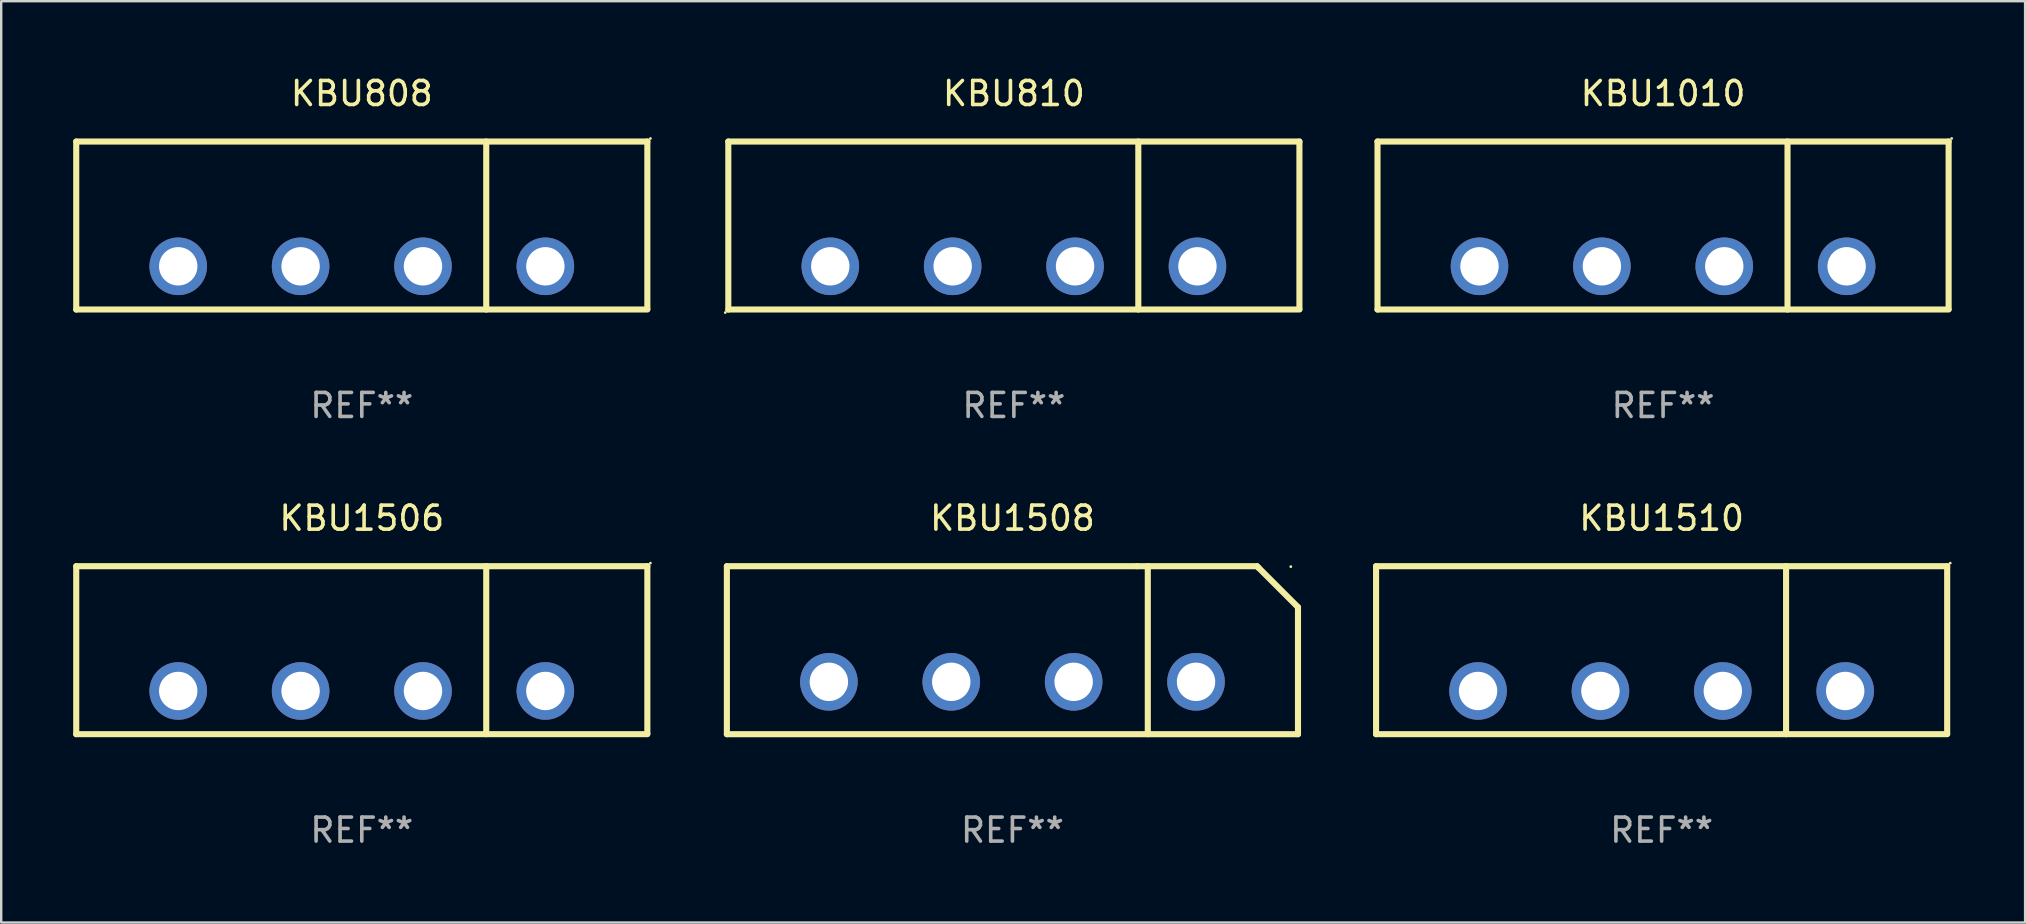
<source format=kicad_pcb>
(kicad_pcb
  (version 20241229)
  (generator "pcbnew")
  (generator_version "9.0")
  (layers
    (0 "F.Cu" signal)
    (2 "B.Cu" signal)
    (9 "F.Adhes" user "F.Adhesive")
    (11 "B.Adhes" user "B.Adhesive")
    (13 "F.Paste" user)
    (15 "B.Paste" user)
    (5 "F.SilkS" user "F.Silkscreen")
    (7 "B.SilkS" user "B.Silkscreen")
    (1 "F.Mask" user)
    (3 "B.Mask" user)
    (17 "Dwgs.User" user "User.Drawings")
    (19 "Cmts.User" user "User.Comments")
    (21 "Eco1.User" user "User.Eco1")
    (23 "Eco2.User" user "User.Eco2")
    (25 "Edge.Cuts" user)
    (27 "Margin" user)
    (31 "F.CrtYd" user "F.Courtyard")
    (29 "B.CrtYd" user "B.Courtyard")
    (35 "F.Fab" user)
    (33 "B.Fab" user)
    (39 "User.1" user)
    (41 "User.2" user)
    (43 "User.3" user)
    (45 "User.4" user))
  (footprint "KBU810"
    (layer "F.Cu")
    (at 39.201 6.348)
    (property "Reference" "KBU810" (at 0 -5.5 0) (layer "F.SilkS") (effects (font (size 1 1) (thickness 0.15))))
    (attr through_hole)
    (fp_line (start -11.9 -3.5) (end -11.9 3.5) (stroke (width 0.254) (type solid)) (layer "F.SilkS"))
    (fp_line (start -11.9 -3.5) (end 11.9 -3.5) (stroke (width 0.254) (type solid)) (layer "F.SilkS"))
    (fp_line (start -11.9 3.5) (end 11.9 3.5) (stroke (width 0.254) (type solid)) (layer "F.SilkS"))
    (fp_line (start 5.186 -3.5) (end 5.186 3.5) (stroke (width 0.254) (type solid)) (layer "F.SilkS"))
    (fp_line (start 11.9 -3.5) (end 11.9 3.478) (stroke (width 0.254) (type solid)) (layer "F.SilkS"))
    (fp_circle (center -12.027 3.627) (end -11.997 3.627) (stroke (width 0.06) (type solid)) (fill no) (layer "F.SilkS"))
    (fp_text user "-" (at -8.509 0.049 0) (layer "B.Mask") (effects (font (size 1 1) (thickness 0.15))))
    (fp_text user "&#126;" (at -3.43 -0.131 0) (layer "B.Mask") (effects (font (size 1 1) (thickness 0.15))))
    (fp_text user "&#126;" (at 1.651 -0.131 0) (layer "B.Mask") (effects (font (size 1 1) (thickness 0.15))))
    (fp_text user "+" (at 6.731 -0.086 0) (layer "B.Mask") (effects (font (size 1 1) (thickness 0.15))))
    (fp_text user "REF**" (at 0 7.5 0) (layer "F.Fab") (effects (font (size 1 1) (thickness 0.15))))
    (pad "1" thru_hole circle (at -7.65 1.7) (size 2.4 2.4) (drill 1.6) (layers "*.Cu" "*.Mask"))
    (pad "2" thru_hole circle (at -2.55 1.7) (size 2.4 2.4) (drill 1.6) (layers "*.Cu" "*.Mask"))
    (pad "3" thru_hole circle (at 2.55 1.7) (size 2.4 2.4) (drill 1.6) (layers "*.Cu" "*.Mask"))
    (pad "4" thru_hole circle (at 7.65 1.7) (size 2.4 2.4) (drill 1.6) (layers "*.Cu" "*.Mask")))
  (footprint "KBU1506"
    (layer "F.Cu")
    (at 12.027 24.045)
    (property "Reference" "KBU1506" (at 0 -5.5 0) (layer "F.SilkS") (effects (font (size 1 1) (thickness 0.15))))
    (attr through_hole)
    (fp_line (start -11.9 -3.5) (end -11.9 3.5) (stroke (width 0.254) (type solid)) (layer "F.SilkS"))
    (fp_line (start -11.9 -3.5) (end 11.9 -3.5) (stroke (width 0.254) (type solid)) (layer "F.SilkS"))
    (fp_line (start -11.9 3.5) (end 11.9 3.5) (stroke (width 0.254) (type solid)) (layer "F.SilkS"))
    (fp_line (start 5.186 -3.5) (end 5.186 3.5) (stroke (width 0.254) (type solid)) (layer "F.SilkS"))
    (fp_line (start 11.9 -3.5) (end 11.9 3.478) (stroke (width 0.254) (type solid)) (layer "F.SilkS"))
    (fp_circle (center 12.027 -3.627) (end 12.057 -3.627) (stroke (width 0.06) (type solid)) (fill no) (layer "F.SilkS"))
    (fp_text user "&#126;" (at 1.651 -0.131 0) (layer "B.Mask") (effects (font (size 1 1) (thickness 0.15))))
    (fp_text user "+" (at 6.731 -0.086 0) (layer "B.Mask") (effects (font (size 1 1) (thickness 0.15))))
    (fp_text user "&#126;" (at -3.43 -0.131 0) (layer "B.Mask") (effects (font (size 1 1) (thickness 0.15))))
    (fp_text user "-" (at -8.509 0.049 0) (layer "B.Mask") (effects (font (size 1 1) (thickness 0.15))))
    (fp_text user "REF**" (at 0 7.5 0) (layer "F.Fab") (effects (font (size 1 1) (thickness 0.15))))
    (pad "1" thru_hole circle (at 7.65 1.7) (size 2.4 2.4) (drill 1.6) (layers "*.Cu" "*.Mask"))
    (pad "2" thru_hole circle (at 2.55 1.7) (size 2.4 2.4) (drill 1.6) (layers "*.Cu" "*.Mask"))
    (pad "3" thru_hole circle (at -2.55 1.7) (size 2.4 2.4) (drill 1.6) (layers "*.Cu" "*.Mask"))
    (pad "4" thru_hole circle (at -7.65 1.7) (size 2.4 2.4) (drill 1.6) (layers "*.Cu" "*.Mask")))
  (footprint "KBU808"
    (layer "F.Cu")
    (at 12.027 6.348)
    (property "Reference" "KBU808" (at 0 -5.5 0) (layer "F.SilkS") (effects (font (size 1 1) (thickness 0.15))))
    (attr through_hole)
    (fp_line (start -11.9 -3.5) (end -11.9 3.5) (stroke (width 0.254) (type solid)) (layer "F.SilkS"))
    (fp_line (start -11.9 -3.5) (end 11.9 -3.5) (stroke (width 0.254) (type solid)) (layer "F.SilkS"))
    (fp_line (start -11.9 3.5) (end 11.9 3.5) (stroke (width 0.254) (type solid)) (layer "F.SilkS"))
    (fp_line (start 5.186 -3.5) (end 5.186 3.5) (stroke (width 0.254) (type solid)) (layer "F.SilkS"))
    (fp_line (start 11.9 -3.5) (end 11.9 3.478) (stroke (width 0.254) (type solid)) (layer "F.SilkS"))
    (fp_circle (center 12.027 -3.627) (end 12.057 -3.627) (stroke (width 0.06) (type solid)) (fill no) (layer "F.SilkS"))
    (fp_text user "&#126;" (at -3.43 -0.131 0) (layer "B.Mask") (effects (font (size 1 1) (thickness 0.15))))
    (fp_text user "+" (at 6.731 -0.086 0) (layer "B.Mask") (effects (font (size 1 1) (thickness 0.15))))
    (fp_text user "&#126;" (at 1.651 -0.131 0) (layer "B.Mask") (effects (font (size 1 1) (thickness 0.15))))
    (fp_text user "-" (at -8.509 0.049 0) (layer "B.Mask") (effects (font (size 1 1) (thickness 0.15))))
    (fp_text user "REF**" (at 0 7.5 0) (layer "F.Fab") (effects (font (size 1 1) (thickness 0.15))))
    (pad "1" thru_hole circle (at 7.65 1.7) (size 2.4 2.4) (drill 1.6) (layers "*.Cu" "*.Mask"))
    (pad "2" thru_hole circle (at 2.55 1.7) (size 2.4 2.4) (drill 1.6) (layers "*.Cu" "*.Mask"))
    (pad "3" thru_hole circle (at -2.55 1.7) (size 2.4 2.4) (drill 1.6) (layers "*.Cu" "*.Mask"))
    (pad "4" thru_hole circle (at -7.65 1.7) (size 2.4 2.4) (drill 1.6) (layers "*.Cu" "*.Mask")))
  (footprint "KBU1010"
    (layer "F.Cu")
    (at 66.255 6.348)
    (property "Reference" "KBU1010" (at 0 -5.5 0) (layer "F.SilkS") (effects (font (size 1 1) (thickness 0.15))))
    (attr through_hole)
    (fp_line (start -11.9 -3.5) (end -11.9 3.5) (stroke (width 0.254) (type solid)) (layer "F.SilkS"))
    (fp_line (start -11.9 -3.5) (end 11.9 -3.5) (stroke (width 0.254) (type solid)) (layer "F.SilkS"))
    (fp_line (start -11.9 3.5) (end 11.9 3.5) (stroke (width 0.254) (type solid)) (layer "F.SilkS"))
    (fp_line (start 5.186 -3.5) (end 5.186 3.5) (stroke (width 0.254) (type solid)) (layer "F.SilkS"))
    (fp_line (start 11.9 -3.5) (end 11.9 3.478) (stroke (width 0.254) (type solid)) (layer "F.SilkS"))
    (fp_circle (center 12.027 -3.627) (end 12.057 -3.627) (stroke (width 0.06) (type solid)) (fill no) (layer "F.SilkS"))
    (fp_text user "&#126;" (at -3.43 -0.131 0) (layer "B.Mask") (effects (font (size 1 1) (thickness 0.15))))
    (fp_text user "&#126;" (at 1.651 -0.131 0) (layer "B.Mask") (effects (font (size 1 1) (thickness 0.15))))
    (fp_text user "+" (at 6.731 -0.086 0) (layer "B.Mask") (effects (font (size 1 1) (thickness 0.15))))
    (fp_text user "-" (at -8.509 0.049 0) (layer "B.Mask") (effects (font (size 1 1) (thickness 0.15))))
    (fp_text user "REF**" (at 0 7.5 0) (layer "F.Fab") (effects (font (size 1 1) (thickness 0.15))))
    (pad "1" thru_hole circle (at 7.65 1.7) (size 2.4 2.4) (drill 1.6) (layers "*.Cu" "*.Mask"))
    (pad "2" thru_hole circle (at 2.55 1.7) (size 2.4 2.4) (drill 1.6) (layers "*.Cu" "*.Mask"))
    (pad "3" thru_hole circle (at -2.55 1.7) (size 2.4 2.4) (drill 1.6) (layers "*.Cu" "*.Mask"))
    (pad "4" thru_hole circle (at -7.65 1.7) (size 2.4 2.4) (drill 1.6) (layers "*.Cu" "*.Mask")))
  (footprint "KBU1510"
    (layer "F.Cu")
    (at 66.195 24.045)
    (property "Reference" "KBU1510" (at 0 -5.5 0) (layer "F.SilkS") (effects (font (size 1 1) (thickness 0.15))))
    (attr through_hole)
    (fp_line (start -11.9 -3.5) (end -11.9 3.5) (stroke (width 0.254) (type solid)) (layer "F.SilkS"))
    (fp_line (start -11.9 -3.5) (end 11.9 -3.5) (stroke (width 0.254) (type solid)) (layer "F.SilkS"))
    (fp_line (start -11.9 3.5) (end 11.9 3.5) (stroke (width 0.254) (type solid)) (layer "F.SilkS"))
    (fp_line (start 5.186 -3.5) (end 5.186 3.5) (stroke (width 0.254) (type solid)) (layer "F.SilkS"))
    (fp_line (start 11.9 -3.5) (end 11.9 3.478) (stroke (width 0.254) (type solid)) (layer "F.SilkS"))
    (fp_circle (center 12.027 -3.627) (end 12.057 -3.627) (stroke (width 0.06) (type solid)) (fill no) (layer "F.SilkS"))
    (fp_text user "&#126;" (at -3.43 -0.131 0) (layer "B.Mask") (effects (font (size 1 1) (thickness 0.15))))
    (fp_text user "&#126;" (at 1.651 -0.131 0) (layer "B.Mask") (effects (font (size 1 1) (thickness 0.15))))
    (fp_text user "-" (at -8.509 0.049 0) (layer "B.Mask") (effects (font (size 1 1) (thickness 0.15))))
    (fp_text user "+" (at 6.731 -0.086 0) (layer "B.Mask") (effects (font (size 1 1) (thickness 0.15))))
    (fp_text user "REF**" (at 0 7.5 0) (layer "F.Fab") (effects (font (size 1 1) (thickness 0.15))))
    (pad "1" thru_hole circle (at 7.65 1.7) (size 2.4 2.4) (drill 1.6) (layers "*.Cu" "*.Mask"))
    (pad "2" thru_hole circle (at 2.55 1.7) (size 2.4 2.4) (drill 1.6) (layers "*.Cu" "*.Mask"))
    (pad "3" thru_hole circle (at -2.55 1.7) (size 2.4 2.4) (drill 1.6) (layers "*.Cu" "*.Mask"))
    (pad "4" thru_hole circle (at -7.65 1.7) (size 2.4 2.4) (drill 1.6) (layers "*.Cu" "*.Mask")))
  (footprint "KBU1508"
    (layer "F.Cu")
    (at 39.141 24.045)
    (property "Reference" "KBU1508" (at 0 -5.501 0) (layer "F.SilkS") (effects (font (size 1 1) (thickness 0.15))))
    (attr through_hole)
    (fp_line (start -11.9 -3.5) (end -11.9 3.501) (stroke (width 0.254) (type solid)) (layer "F.SilkS"))
    (fp_line (start -11.9 -3.5) (end 5.186 -3.5) (stroke (width 0.254) (type solid)) (layer "F.SilkS"))
    (fp_line (start -11.9 3.501) (end 11.9 3.501) (stroke (width 0.254) (type solid)) (layer "F.SilkS"))
    (fp_line (start 5.641 -3.501) (end 5.641 3.5) (stroke (width 0.254) (type solid)) (layer "F.SilkS"))
    (fp_line (start 10.192 -3.5) (end 5.186 -3.5) (stroke (width 0.254) (type solid)) (layer "F.SilkS"))
    (fp_line (start 10.261 -3.431) (end 10.192 -3.5) (stroke (width 0.254) (type solid)) (layer "F.SilkS"))
    (fp_line (start 11.9 -1.792) (end 10.261 -3.431) (stroke (width 0.254) (type solid)) (layer "F.SilkS"))
    (fp_line (start 11.9 3.501) (end 11.9 -1.792) (stroke (width 0.254) (type solid)) (layer "F.SilkS"))
    (fp_circle (center 11.601 -3.481) (end 11.631 -3.481) (stroke (width 0.06) (type solid)) (fill no) (layer "F.SilkS"))
    (fp_text user "-" (at -8.509 -1.651 0) (layer "B.Mask") (effects (font (size 1 1) (thickness 0.15))))
    (fp_text user "&#126;" (at -3.43 -1.831 0) (layer "B.Mask") (effects (font (size 1 1) (thickness 0.15))))
    (fp_text user "+" (at 6.73 -1.785 0) (layer "B.Mask") (effects (font (size 1 1) (thickness 0.15))))
    (fp_text user "&#126;" (at 1.65 -1.831 0) (layer "B.Mask") (effects (font (size 1 1) (thickness 0.15))))
    (fp_text user "REF**" (at 0 7.501 0) (layer "F.Fab") (effects (font (size 1 1) (thickness 0.15))))
    (pad "1" thru_hole circle (at 7.651 1.319) (size 2.4 2.4) (drill 1.6) (layers "*.Cu" "*.Mask"))
    (pad "2" thru_hole circle (at 2.551 1.319) (size 2.4 2.4) (drill 1.6) (layers "*.Cu" "*.Mask"))
    (pad "3" thru_hole circle (at -2.549 1.319) (size 2.4 2.4) (drill 1.6) (layers "*.Cu" "*.Mask"))
    (pad "4" thru_hole circle (at -7.649 1.319) (size 2.4 2.4) (drill 1.6) (layers "*.Cu" "*.Mask")))
  (gr_rect
    (start -3 -3)
    (end 81.342 35.394)
    (stroke (width 0.1) (type default))
    (fill no)
    (layer "Edge.Cuts")))
</source>
